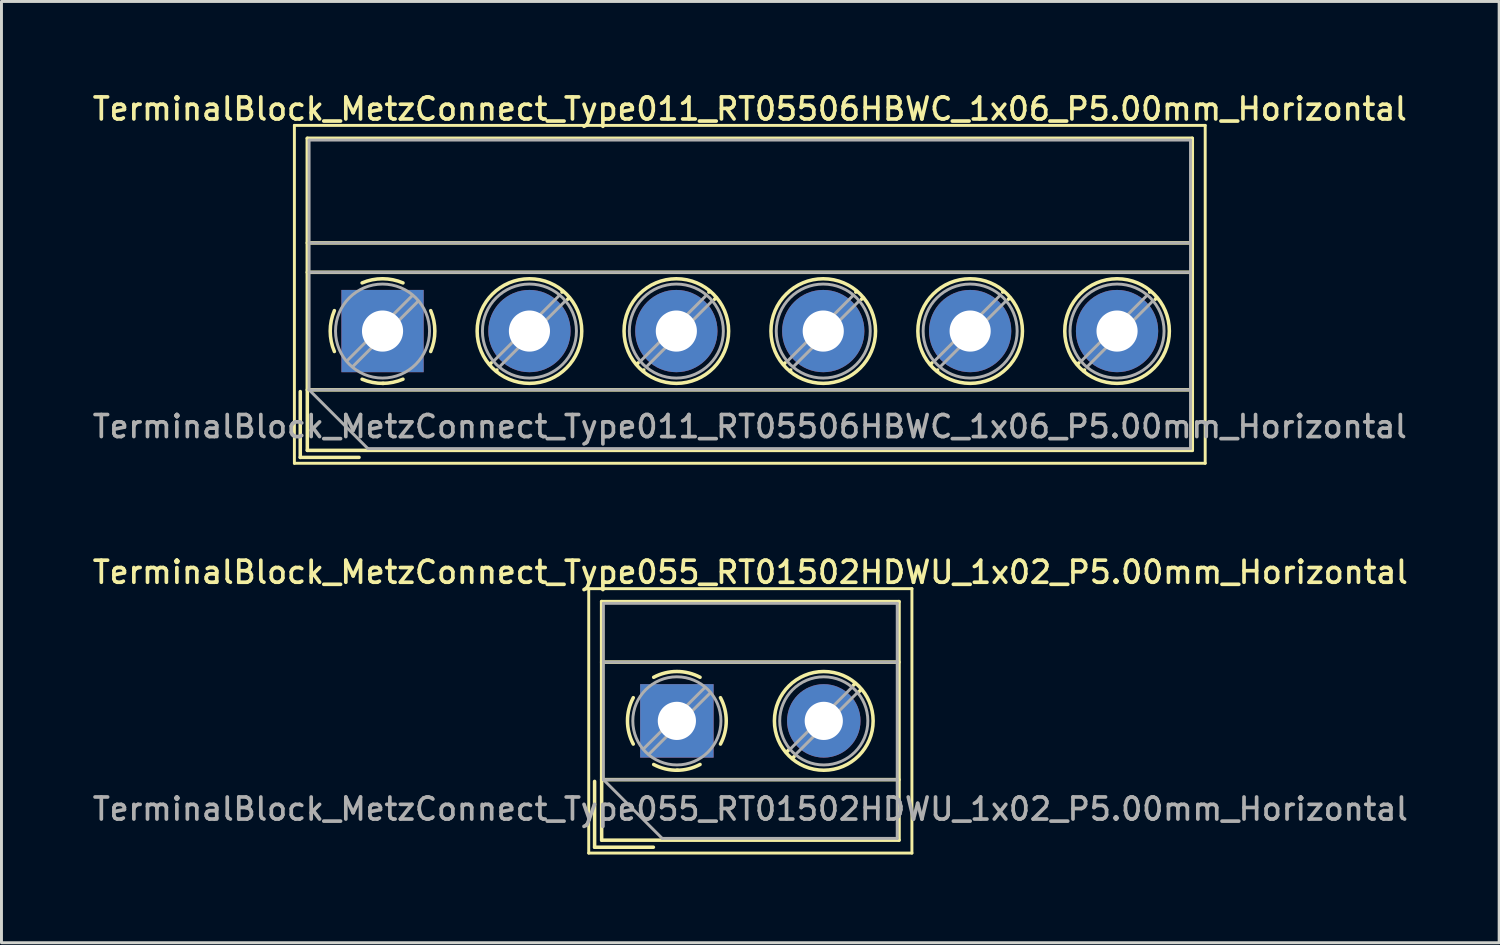
<source format=kicad_pcb>
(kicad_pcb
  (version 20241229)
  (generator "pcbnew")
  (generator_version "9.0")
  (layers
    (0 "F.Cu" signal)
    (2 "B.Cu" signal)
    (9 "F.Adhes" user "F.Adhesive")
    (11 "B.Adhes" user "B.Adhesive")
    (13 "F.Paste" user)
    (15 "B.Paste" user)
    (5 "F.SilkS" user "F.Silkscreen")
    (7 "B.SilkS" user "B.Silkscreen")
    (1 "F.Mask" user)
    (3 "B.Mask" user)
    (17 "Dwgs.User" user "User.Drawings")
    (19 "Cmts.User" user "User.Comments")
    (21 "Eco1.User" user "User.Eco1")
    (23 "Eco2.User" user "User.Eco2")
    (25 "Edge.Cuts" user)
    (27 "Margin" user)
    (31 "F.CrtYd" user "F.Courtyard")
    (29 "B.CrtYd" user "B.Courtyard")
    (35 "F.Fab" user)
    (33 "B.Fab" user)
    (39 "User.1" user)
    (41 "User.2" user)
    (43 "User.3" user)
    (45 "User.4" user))
  (footprint "TerminalBlock_MetzConnect_Type055_RT01502HDWU_1x02_P5.00mm_Horizontal"
    (layer "F.Cu")
    (at 19.988 21.486)
    (property "Reference" "TerminalBlock_MetzConnect_Type055_RT01502HDWU_1x02_P5.00mm_Horizontal" (at 2.5 -5.06 0) (layer "F.SilkS") (effects (font (size 0.75 0.75) (thickness 0.125))))
    (attr through_hole)
    (fp_line (start -3 -4.5) (end -3 4.5) (stroke (width 0.1) (type solid)) (layer "F.SilkS"))
    (fp_line (start -3 4.5) (end 8 4.5) (stroke (width 0.1) (type solid)) (layer "F.SilkS"))
    (fp_line (start -2.8 2.06) (end -2.8 4.3) (stroke (width 0.12) (type solid)) (layer "F.SilkS"))
    (fp_line (start -2.8 4.3) (end -0.8 4.3) (stroke (width 0.12) (type solid)) (layer "F.SilkS"))
    (fp_line (start -2.56 -4.06) (end -2.56 4.06) (stroke (width 0.12) (type solid)) (layer "F.SilkS"))
    (fp_line (start -2.56 -4.06) (end 7.56 -4.06) (stroke (width 0.12) (type solid)) (layer "F.SilkS"))
    (fp_line (start -2.56 -2) (end 7.56 -2) (stroke (width 0.12) (type solid)) (layer "F.SilkS"))
    (fp_line (start -2.56 2) (end 7.56 2) (stroke (width 0.12) (type solid)) (layer "F.SilkS"))
    (fp_line (start -2.56 4.06) (end 7.56 4.06) (stroke (width 0.12) (type solid)) (layer "F.SilkS"))
    (fp_line (start 3.82 0.976) (end 3.726 1.069) (stroke (width 0.12) (type solid)) (layer "F.SilkS"))
    (fp_line (start 3.99 1.216) (end 3.931 1.274) (stroke (width 0.12) (type solid)) (layer "F.SilkS"))
    (fp_line (start 6.07 -1.275) (end 6.011 -1.216) (stroke (width 0.12) (type solid)) (layer "F.SilkS"))
    (fp_line (start 6.275 -1.069) (end 6.181 -0.976) (stroke (width 0.12) (type solid)) (layer "F.SilkS"))
    (fp_line (start 7.56 -4.06) (end 7.56 4.06) (stroke (width 0.12) (type solid)) (layer "F.SilkS"))
    (fp_line (start 8 -4.5) (end -3 -4.5) (stroke (width 0.1) (type solid)) (layer "F.SilkS"))
    (fp_line (start 8 4.5) (end 8 -4.5) (stroke (width 0.1) (type solid)) (layer "F.SilkS"))
    (fp_arc (start -1.483953 0.789089) (mid -1.680708 0.00005) (end -1.484 -0.789) (stroke (width 0.12) (type solid)) (layer "F.SilkS"))
    (fp_arc (start -0.789089 -1.483953) (mid -0.00005 -1.680708) (end 0.789 -1.484) (stroke (width 0.12) (type solid)) (layer "F.SilkS"))
    (fp_arc (start 0.029383 1.68045) (mid -0.392304 1.634281) (end -0.789 1.484) (stroke (width 0.12) (type solid)) (layer "F.SilkS"))
    (fp_arc (start 0.788712 1.483352) (mid 0.406429 1.630097) (end 0 1.68) (stroke (width 0.12) (type solid)) (layer "F.SilkS"))
    (fp_arc (start 1.483953 -0.789089) (mid 1.680708 -0.00005) (end 1.484 0.789) (stroke (width 0.12) (type solid)) (layer "F.SilkS"))
    (fp_circle (center 5 0) (end 6.68 0) (stroke (width 0.12) (type solid)) (fill no) (layer "F.SilkS"))
    (fp_line (start -2.5 -4) (end 7.5 -4) (stroke (width 0.1) (type solid)) (layer "F.Fab"))
    (fp_line (start -2.5 -2) (end 7.5 -2) (stroke (width 0.1) (type solid)) (layer "F.Fab"))
    (fp_line (start -2.5 2) (end -2.5 -4) (stroke (width 0.1) (type solid)) (layer "F.Fab"))
    (fp_line (start -2.5 2) (end 7.5 2) (stroke (width 0.1) (type solid)) (layer "F.Fab"))
    (fp_line (start -0.5 4) (end -2.5 2) (stroke (width 0.1) (type solid)) (layer "F.Fab"))
    (fp_line (start 0.955 -1.138) (end -1.138 0.955) (stroke (width 0.1) (type solid)) (layer "F.Fab"))
    (fp_line (start 1.138 -0.955) (end -0.955 1.138) (stroke (width 0.1) (type solid)) (layer "F.Fab"))
    (fp_line (start 5.955 -1.138) (end 3.863 0.955) (stroke (width 0.1) (type solid)) (layer "F.Fab"))
    (fp_line (start 6.138 -0.955) (end 4.046 1.138) (stroke (width 0.1) (type solid)) (layer "F.Fab"))
    (fp_line (start 7.5 -4) (end 7.5 4) (stroke (width 0.1) (type solid)) (layer "F.Fab"))
    (fp_line (start 7.5 4) (end -0.5 4) (stroke (width 0.1) (type solid)) (layer "F.Fab"))
    (fp_circle (center 0 0) (end 1.5 0) (stroke (width 0.1) (type solid)) (fill no) (layer "F.Fab"))
    (fp_circle (center 5 0) (end 6.5 0) (stroke (width 0.1) (type solid)) (fill no) (layer "F.Fab"))
    (fp_text user "${REFERENCE}" (at 2.5 3 0) (layer "F.Fab") (effects (font (size 0.75 0.75) (thickness 0.125))))
    (pad "1" thru_hole rect (at 0 0) (size 2.5 2.5) (drill 1.3) (layers "*.Cu" "*.Mask"))
    (pad "2" thru_hole circle (at 5 0) (size 2.5 2.5) (drill 1.3) (layers "*.Cu" "*.Mask")))
  (footprint "TerminalBlock_MetzConnect_Type011_RT05506HBWC_1x06_P5.00mm_Horizontal"
    (layer "F.Cu")
    (at 9.97 8.218)
    (property "Reference" "TerminalBlock_MetzConnect_Type011_RT05506HBWC_1x06_P5.00mm_Horizontal" (at 12.5 -7.56 0) (layer "F.SilkS") (effects (font (size 0.75 0.75) (thickness 0.125))))
    (attr through_hole)
    (fp_line (start -3 -7) (end -3 4.5) (stroke (width 0.1) (type solid)) (layer "F.SilkS"))
    (fp_line (start -3 4.5) (end 28 4.5) (stroke (width 0.1) (type solid)) (layer "F.SilkS"))
    (fp_line (start -2.8 2.06) (end -2.8 4.3) (stroke (width 0.12) (type solid)) (layer "F.SilkS"))
    (fp_line (start -2.8 4.3) (end -0.8 4.3) (stroke (width 0.12) (type solid)) (layer "F.SilkS"))
    (fp_line (start -2.56 -6.56) (end -2.56 4.06) (stroke (width 0.12) (type solid)) (layer "F.SilkS"))
    (fp_line (start -2.56 -6.56) (end 27.56 -6.56) (stroke (width 0.12) (type solid)) (layer "F.SilkS"))
    (fp_line (start -2.56 -3) (end 27.56 -3) (stroke (width 0.12) (type solid)) (layer "F.SilkS"))
    (fp_line (start -2.56 -2) (end 27.56 -2) (stroke (width 0.12) (type solid)) (layer "F.SilkS"))
    (fp_line (start -2.56 2) (end 27.56 2) (stroke (width 0.12) (type solid)) (layer "F.SilkS"))
    (fp_line (start -2.56 4.06) (end 27.56 4.06) (stroke (width 0.12) (type solid)) (layer "F.SilkS"))
    (fp_line (start 3.7 1.083) (end 3.65 1.133) (stroke (width 0.12) (type solid)) (layer "F.SilkS"))
    (fp_line (start 3.892 1.325) (end 3.868 1.35) (stroke (width 0.12) (type solid)) (layer "F.SilkS"))
    (fp_line (start 6.133 -1.35) (end 6.108 -1.326) (stroke (width 0.12) (type solid)) (layer "F.SilkS"))
    (fp_line (start 6.35 -1.133) (end 6.301 -1.083) (stroke (width 0.12) (type solid)) (layer "F.SilkS"))
    (fp_line (start 8.7 1.083) (end 8.65 1.133) (stroke (width 0.12) (type solid)) (layer "F.SilkS"))
    (fp_line (start 8.892 1.325) (end 8.868 1.35) (stroke (width 0.12) (type solid)) (layer "F.SilkS"))
    (fp_line (start 11.133 -1.35) (end 11.108 -1.326) (stroke (width 0.12) (type solid)) (layer "F.SilkS"))
    (fp_line (start 11.35 -1.133) (end 11.301 -1.083) (stroke (width 0.12) (type solid)) (layer "F.SilkS"))
    (fp_line (start 13.7 1.083) (end 13.65 1.133) (stroke (width 0.12) (type solid)) (layer "F.SilkS"))
    (fp_line (start 13.892 1.325) (end 13.868 1.35) (stroke (width 0.12) (type solid)) (layer "F.SilkS"))
    (fp_line (start 16.133 -1.35) (end 16.108 -1.326) (stroke (width 0.12) (type solid)) (layer "F.SilkS"))
    (fp_line (start 16.35 -1.133) (end 16.301 -1.083) (stroke (width 0.12) (type solid)) (layer "F.SilkS"))
    (fp_line (start 18.7 1.083) (end 18.65 1.133) (stroke (width 0.12) (type solid)) (layer "F.SilkS"))
    (fp_line (start 18.892 1.325) (end 18.868 1.35) (stroke (width 0.12) (type solid)) (layer "F.SilkS"))
    (fp_line (start 21.133 -1.35) (end 21.108 -1.326) (stroke (width 0.12) (type solid)) (layer "F.SilkS"))
    (fp_line (start 21.35 -1.133) (end 21.301 -1.083) (stroke (width 0.12) (type solid)) (layer "F.SilkS"))
    (fp_line (start 23.7 1.083) (end 23.65 1.133) (stroke (width 0.12) (type solid)) (layer "F.SilkS"))
    (fp_line (start 23.892 1.325) (end 23.868 1.35) (stroke (width 0.12) (type solid)) (layer "F.SilkS"))
    (fp_line (start 26.133 -1.35) (end 26.108 -1.326) (stroke (width 0.12) (type solid)) (layer "F.SilkS"))
    (fp_line (start 26.35 -1.133) (end 26.301 -1.083) (stroke (width 0.12) (type solid)) (layer "F.SilkS"))
    (fp_line (start 27.56 -6.56) (end 27.56 4.06) (stroke (width 0.12) (type solid)) (layer "F.SilkS"))
    (fp_line (start 28 -7) (end -3 -7) (stroke (width 0.1) (type solid)) (layer "F.SilkS"))
    (fp_line (start 28 4.5) (end 28 -7) (stroke (width 0.1) (type solid)) (layer "F.SilkS"))
    (fp_arc (start -1.639206 0.695516) (mid -1.780657 -0.000263) (end -1.639 -0.696) (stroke (width 0.12) (type solid)) (layer "F.SilkS"))
    (fp_arc (start -0.695516 -1.639206) (mid 0.000263 -1.780657) (end 0.696 -1.639) (stroke (width 0.12) (type solid)) (layer "F.SilkS"))
    (fp_arc (start 0.030814 1.78039) (mid -0.340023 1.747891) (end -0.696 1.639) (stroke (width 0.12) (type solid)) (layer "F.SilkS"))
    (fp_arc (start 0.695501 1.638499) (mid 0.354875 1.744266) (end 0 1.78) (stroke (width 0.12) (type solid)) (layer "F.SilkS"))
    (fp_arc (start 1.639206 -0.695516) (mid 1.780657 0.000263) (end 1.639 0.696) (stroke (width 0.12) (type solid)) (layer "F.SilkS"))
    (fp_circle (center 5 0) (end 6.78 0) (stroke (width 0.12) (type solid)) (fill no) (layer "F.SilkS"))
    (fp_circle (center 10 0) (end 11.78 0) (stroke (width 0.12) (type solid)) (fill no) (layer "F.SilkS"))
    (fp_circle (center 15 0) (end 16.78 0) (stroke (width 0.12) (type solid)) (fill no) (layer "F.SilkS"))
    (fp_circle (center 20 0) (end 21.78 0) (stroke (width 0.12) (type solid)) (fill no) (layer "F.SilkS"))
    (fp_circle (center 25 0) (end 26.78 0) (stroke (width 0.12) (type solid)) (fill no) (layer "F.SilkS"))
    (fp_line (start -2.5 -6.5) (end 27.5 -6.5) (stroke (width 0.1) (type solid)) (layer "F.Fab"))
    (fp_line (start -2.5 -3) (end 27.5 -3) (stroke (width 0.1) (type solid)) (layer "F.Fab"))
    (fp_line (start -2.5 -2) (end 27.5 -2) (stroke (width 0.1) (type solid)) (layer "F.Fab"))
    (fp_line (start -2.5 2) (end -2.5 -6.5) (stroke (width 0.1) (type solid)) (layer "F.Fab"))
    (fp_line (start -2.5 2) (end 27.5 2) (stroke (width 0.1) (type solid)) (layer "F.Fab"))
    (fp_line (start -0.5 4) (end -2.5 2) (stroke (width 0.1) (type solid)) (layer "F.Fab"))
    (fp_line (start 1.019 -1.214) (end -1.214 1.018) (stroke (width 0.1) (type solid)) (layer "F.Fab"))
    (fp_line (start 1.214 -1.019) (end -1.019 1.214) (stroke (width 0.1) (type solid)) (layer "F.Fab"))
    (fp_line (start 6.019 -1.214) (end 3.787 1.018) (stroke (width 0.1) (type solid)) (layer "F.Fab"))
    (fp_line (start 6.214 -1.019) (end 3.982 1.214) (stroke (width 0.1) (type solid)) (layer "F.Fab"))
    (fp_line (start 11.019 -1.214) (end 8.787 1.018) (stroke (width 0.1) (type solid)) (layer "F.Fab"))
    (fp_line (start 11.214 -1.019) (end 8.982 1.214) (stroke (width 0.1) (type solid)) (layer "F.Fab"))
    (fp_line (start 16.019 -1.214) (end 13.787 1.018) (stroke (width 0.1) (type solid)) (layer "F.Fab"))
    (fp_line (start 16.214 -1.019) (end 13.982 1.214) (stroke (width 0.1) (type solid)) (layer "F.Fab"))
    (fp_line (start 21.019 -1.214) (end 18.787 1.018) (stroke (width 0.1) (type solid)) (layer "F.Fab"))
    (fp_line (start 21.214 -1.019) (end 18.982 1.214) (stroke (width 0.1) (type solid)) (layer "F.Fab"))
    (fp_line (start 26.019 -1.214) (end 23.787 1.018) (stroke (width 0.1) (type solid)) (layer "F.Fab"))
    (fp_line (start 26.214 -1.019) (end 23.982 1.214) (stroke (width 0.1) (type solid)) (layer "F.Fab"))
    (fp_line (start 27.5 -6.5) (end 27.5 4) (stroke (width 0.1) (type solid)) (layer "F.Fab"))
    (fp_line (start 27.5 4) (end -0.5 4) (stroke (width 0.1) (type solid)) (layer "F.Fab"))
    (fp_circle (center 0 0) (end 1.6 0) (stroke (width 0.1) (type solid)) (fill no) (layer "F.Fab"))
    (fp_circle (center 5 0) (end 6.6 0) (stroke (width 0.1) (type solid)) (fill no) (layer "F.Fab"))
    (fp_circle (center 10 0) (end 11.6 0) (stroke (width 0.1) (type solid)) (fill no) (layer "F.Fab"))
    (fp_circle (center 15 0) (end 16.6 0) (stroke (width 0.1) (type solid)) (fill no) (layer "F.Fab"))
    (fp_circle (center 20 0) (end 21.6 0) (stroke (width 0.1) (type solid)) (fill no) (layer "F.Fab"))
    (fp_circle (center 25 0) (end 26.6 0) (stroke (width 0.1) (type solid)) (fill no) (layer "F.Fab"))
    (fp_text user "${REFERENCE}" (at 12.5 3.25 0) (layer "F.Fab") (effects (font (size 0.75 0.75) (thickness 0.125))))
    (pad "1" thru_hole rect (at 0 0) (size 2.8 2.8) (drill 1.4) (layers "*.Cu" "*.Mask"))
    (pad "2" thru_hole circle (at 5 0) (size 2.8 2.8) (drill 1.4) (layers "*.Cu" "*.Mask"))
    (pad "3" thru_hole circle (at 10 0) (size 2.8 2.8) (drill 1.4) (layers "*.Cu" "*.Mask"))
    (pad "4" thru_hole circle (at 15 0) (size 2.8 2.8) (drill 1.4) (layers "*.Cu" "*.Mask"))
    (pad "5" thru_hole circle (at 20 0) (size 2.8 2.8) (drill 1.4) (layers "*.Cu" "*.Mask"))
    (pad "6" thru_hole circle (at 25 0) (size 2.8 2.8) (drill 1.4) (layers "*.Cu" "*.Mask")))
  (gr_rect
    (start -3 -3)
    (end 47.975 29.036)
    (stroke (width 0.1) (type default))
    (fill no)
    (layer "Edge.Cuts")))
</source>
